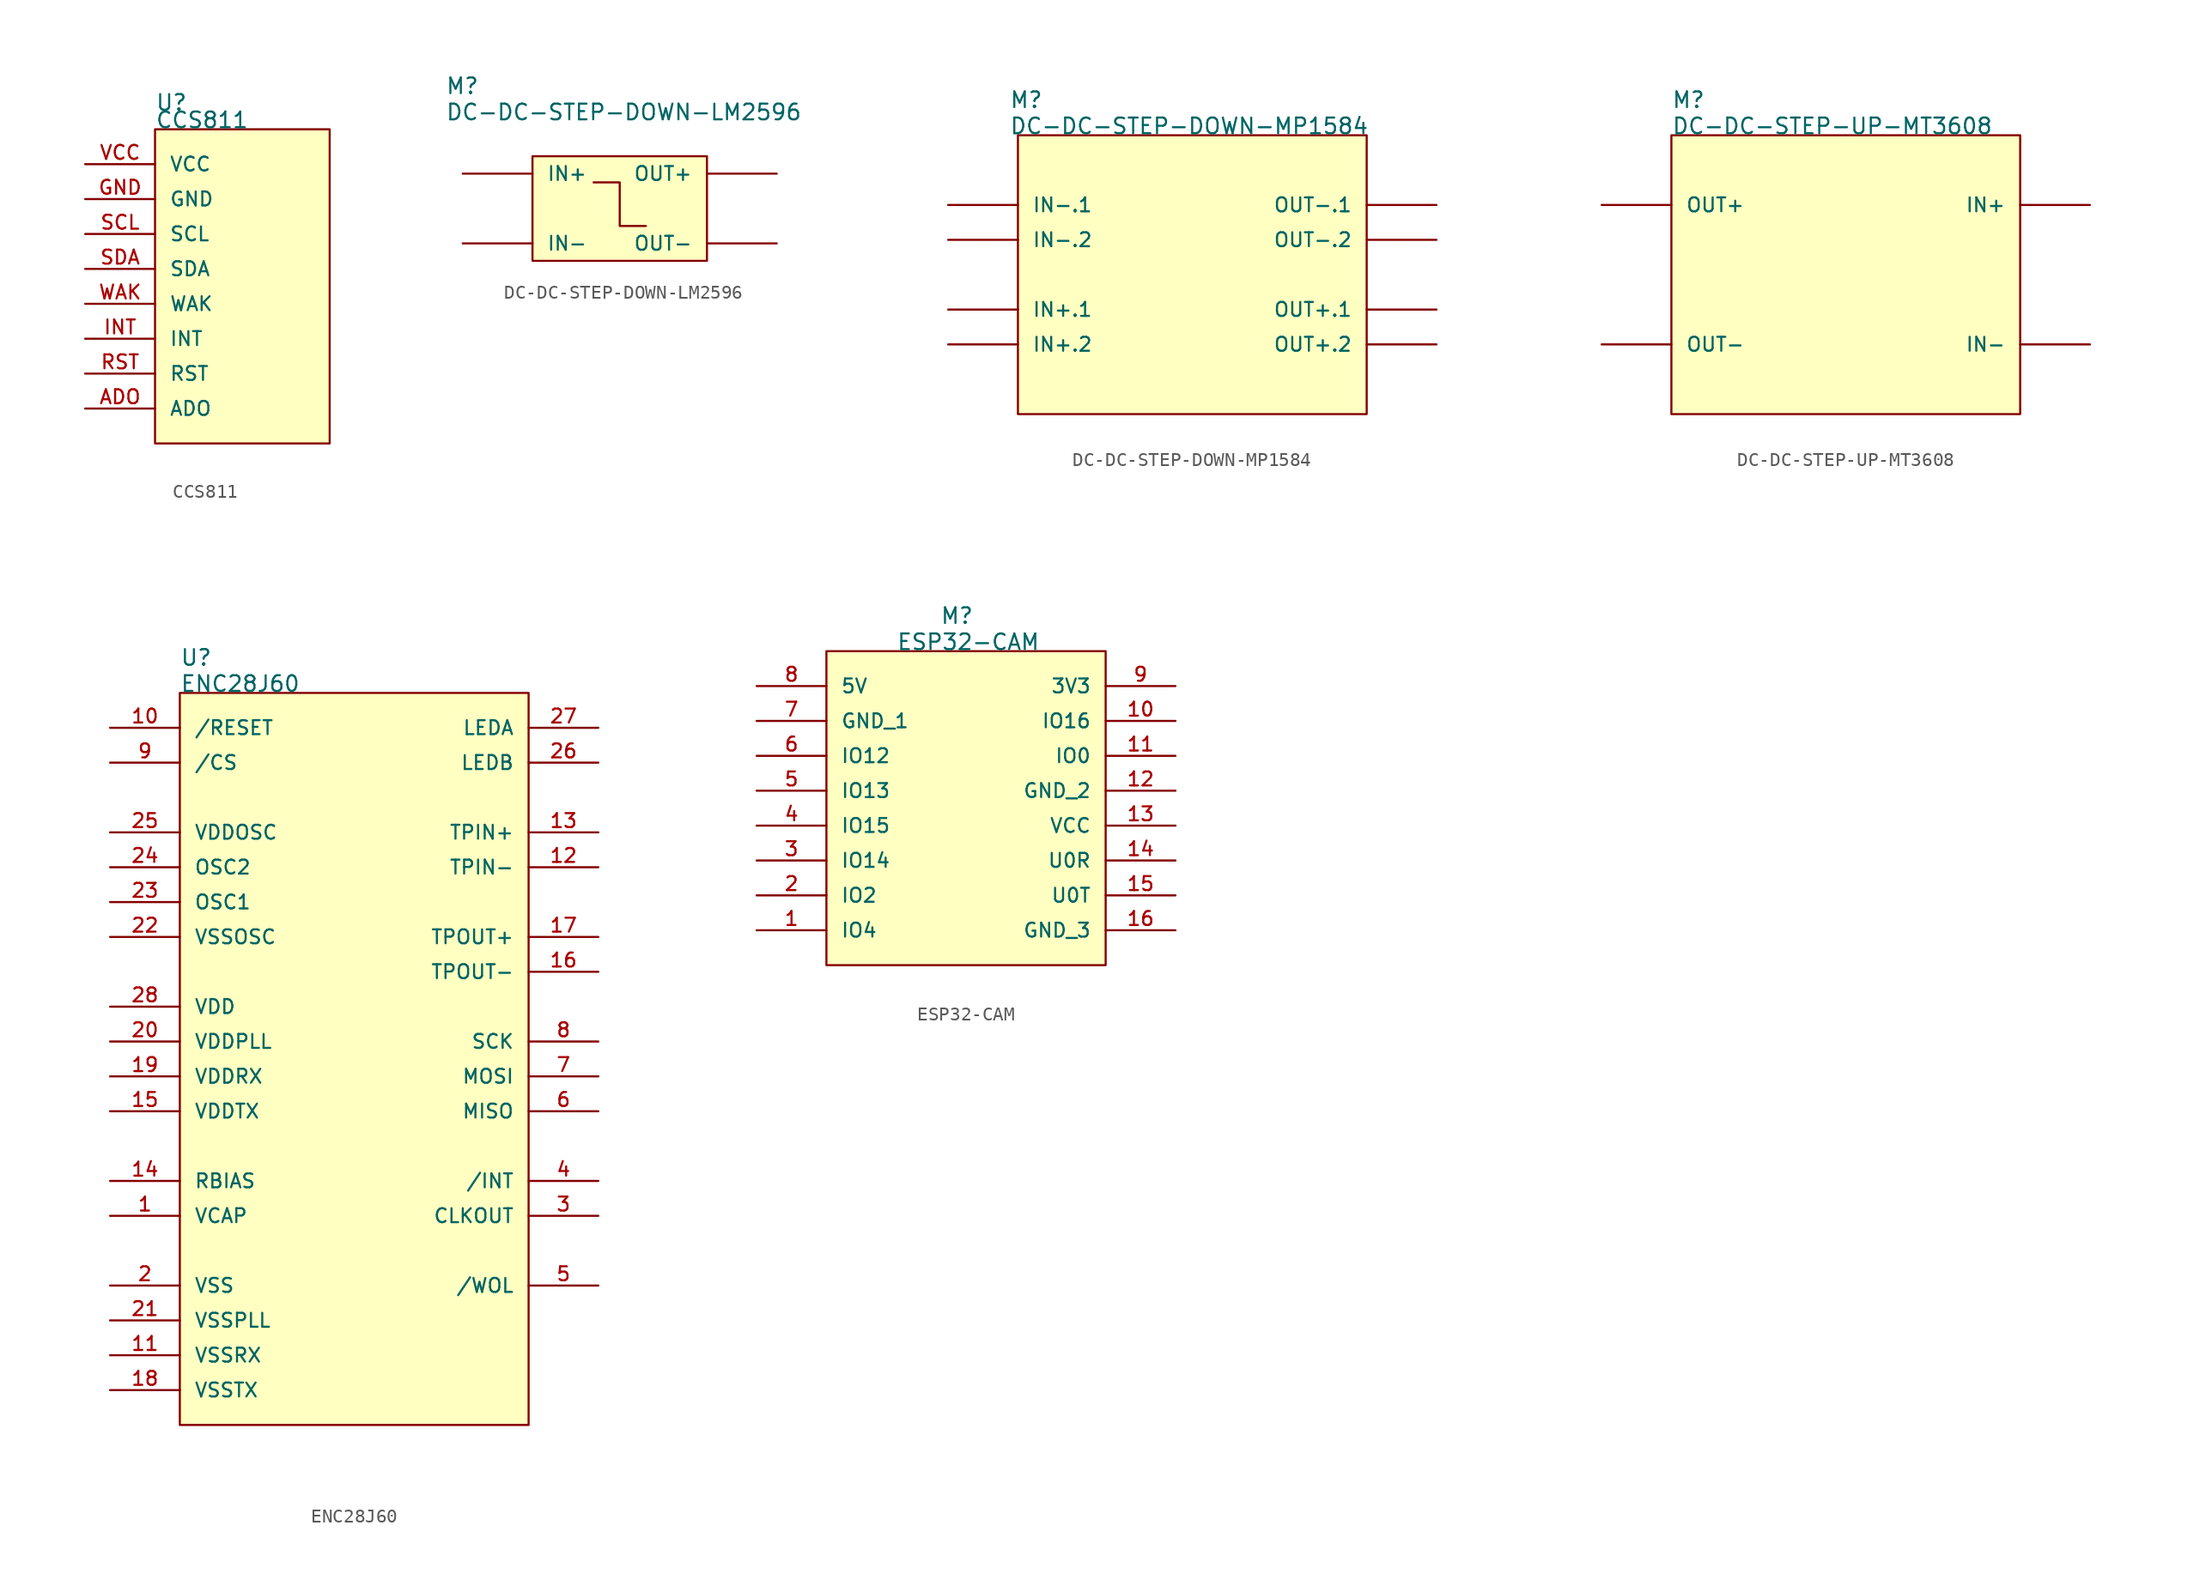
<source format=kicad_sym>
(kicad_symbol_lib
  (version 20231120)
  (generator "kicad_symbol_editor")
  (generator_version "8.0")
  (symbol "CCS811"
    (pin_names
      (offset 1.016))
    (property "Reference" "U"
      (at 0 11.43 0)
      (effects (font (size 1.143 1.143)) (justify left bottom)))
    (property "Value" "CCS811"
      (at 0 10.16 0)
      (effects (font (size 1.143 1.143)) (justify left bottom)))
    (property "ki_locked" ""
      (at 0 0 0)
      (effects (font (size 1.27 1.27))))
    (symbol "CCS811_1_1"
      (rectangle (start 0 10.16) (end 12.7 -12.7) (stroke (width 0) (type default)) (fill (type background)))
      (pin bidirectional line (at -5.08 -10.16 0) (length 5.08) (name "ADO" (effects (font (size 1.016 1.016)))) (number "ADO" (effects (font (size 1.016 1.016)))))
      (pin bidirectional line (at -5.08 5.08 0) (length 5.08) (name "GND" (effects (font (size 1.016 1.016)))) (number "GND" (effects (font (size 1.016 1.016)))))
      (pin bidirectional line (at -5.08 -5.08 0) (length 5.08) (name "INT" (effects (font (size 1.016 1.016)))) (number "INT" (effects (font (size 1.016 1.016)))))
      (pin bidirectional line (at -5.08 -7.62 0) (length 5.08) (name "RST" (effects (font (size 1.016 1.016)))) (number "RST" (effects (font (size 1.016 1.016)))))
      (pin bidirectional line (at -5.08 2.54 0) (length 5.08) (name "SCL" (effects (font (size 1.016 1.016)))) (number "SCL" (effects (font (size 1.016 1.016)))))
      (pin bidirectional line (at -5.08 0 0) (length 5.08) (name "SDA" (effects (font (size 1.016 1.016)))) (number "SDA" (effects (font (size 1.016 1.016)))))
      (pin bidirectional line (at -5.08 7.62 0) (length 5.08) (name "VCC" (effects (font (size 1.016 1.016)))) (number "VCC" (effects (font (size 1.016 1.016)))))
      (pin bidirectional line (at -5.08 -2.54 0) (length 5.08) (name "WAK" (effects (font (size 1.016 1.016)))) (number "WAK" (effects (font (size 1.016 1.016)))))))
  (symbol "DC-DC-STEP-DOWN-LM2596"
    (pin_numbers hide)
    (pin_names
      (offset 1.016))
    (property "Reference" "M"
      (at -12.7 8.255 0)
      (effects (font (size 1.143 1.143)) (justify left bottom)))
    (property "Value" "DC-DC-STEP-DOWN-LM2596"
      (at -12.7 6.35 0)
      (effects (font (size 1.143 1.143)) (justify left bottom)))
    (property "ADJ voltage" ""
      (at 0 0 0)
      (effects (font (size 1.27 1.27))))
    (symbol "DC-DC-STEP-DOWN-LM2596_1_1"
      (rectangle (start -6.35 3.81) (end 6.35 -3.81) (stroke (width 0) (type default)) (fill (type background)))
      (polyline (pts (xy -1.905 1.905) (xy 0 1.905) (xy 0 -1.27) (xy 1.905 -1.27)) (stroke (width 0) (type default)) (fill (type none)))
      (pin bidirectional line (at -11.43 2.54 0) (length 5.08) (name "IN+" (effects (font (size 1.016 1.016)))) (number "IN+" (effects (font (size 1.016 1.016)))))
      (pin bidirectional line (at -11.43 -2.54 0) (length 5.08) (name "IN-" (effects (font (size 1.016 1.016)))) (number "IN-" (effects (font (size 1.016 1.016)))))
      (pin bidirectional line (at 11.43 2.54 180) (length 5.08) (name "OUT+" (effects (font (size 1.016 1.016)))) (number "OUT+" (effects (font (size 1.016 1.016)))))
      (pin bidirectional line (at 11.43 -2.54 180) (length 5.08) (name "OUT-" (effects (font (size 1.016 1.016)))) (number "OUT-" (effects (font (size 1.016 1.016)))))))
  (symbol "DC-DC-STEP-DOWN-MP1584"
    (pin_numbers hide)
    (pin_names
      (offset 1.016))
    (property "Reference" "M"
      (at -13.335 12.065 0)
      (effects (font (size 1.143 1.143)) (justify left bottom)))
    (property "Value" "DC-DC-STEP-DOWN-MP1584"
      (at -13.335 10.16 0)
      (effects (font (size 1.143 1.143)) (justify left bottom)))
    (property "ki_locked" ""
      (at 0 0 0)
      (effects (font (size 1.27 1.27))))
    (symbol "DC-DC-STEP-DOWN-MP1584_1_0"
      (rectangle (start -12.7 10.16) (end 12.7 -10.16) (stroke (width 0) (type default)) (fill (type background))))
    (symbol "DC-DC-STEP-DOWN-MP1584_1_1"
      (pin bidirectional line (at -17.78 -2.54 0) (length 5.08) (name "IN+.1" (effects (font (size 1.016 1.016)))) (number "IN+.1" (effects (font (size 1.016 1.016)))))
      (pin bidirectional line (at -17.78 -5.08 0) (length 5.08) (name "IN+.2" (effects (font (size 1.016 1.016)))) (number "IN+.2" (effects (font (size 1.016 1.016)))))
      (pin bidirectional line (at -17.78 5.08 0) (length 5.08) (name "IN-.1" (effects (font (size 1.016 1.016)))) (number "IN-.1" (effects (font (size 1.016 1.016)))))
      (pin bidirectional line (at -17.78 2.54 0) (length 5.08) (name "IN-.2" (effects (font (size 1.016 1.016)))) (number "IN-.2" (effects (font (size 1.016 1.016)))))
      (pin bidirectional line (at 17.78 -2.54 180) (length 5.08) (name "OUT+.1" (effects (font (size 1.016 1.016)))) (number "OUT+.1" (effects (font (size 1.016 1.016)))))
      (pin bidirectional line (at 17.78 -5.08 180) (length 5.08) (name "OUT+.2" (effects (font (size 1.016 1.016)))) (number "OUT+.2" (effects (font (size 1.016 1.016)))))
      (pin bidirectional line (at 17.78 5.08 180) (length 5.08) (name "OUT-.1" (effects (font (size 1.016 1.016)))) (number "OUT-.1" (effects (font (size 1.016 1.016)))))
      (pin bidirectional line (at 17.78 2.54 180) (length 5.08) (name "OUT-.2" (effects (font (size 1.016 1.016)))) (number "OUT-.2" (effects (font (size 1.016 1.016)))))))
  (symbol "DC-DC-STEP-UP-MT3608"
    (pin_numbers hide)
    (pin_names
      (offset 1.016))
    (property "Reference" "M"
      (at -12.7 12.065 0)
      (effects (font (size 1.143 1.143)) (justify left bottom)))
    (property "Value" "DC-DC-STEP-UP-MT3608"
      (at -12.7 10.16 0)
      (effects (font (size 1.143 1.143)) (justify left bottom)))
    (property "ki_locked" ""
      (at 0 0 0)
      (effects (font (size 1.27 1.27))))
    (symbol "DC-DC-STEP-UP-MT3608_1_0"
      (rectangle (start -12.7 10.16) (end 12.7 -10.16) (stroke (width 0) (type default)) (fill (type background))))
    (symbol "DC-DC-STEP-UP-MT3608_1_1"
      (pin bidirectional line (at 17.78 5.08 180) (length 5.08) (name "IN+" (effects (font (size 1.016 1.016)))) (number "IN+" (effects (font (size 1.016 1.016)))))
      (pin bidirectional line (at 17.78 -5.08 180) (length 5.08) (name "IN-" (effects (font (size 1.016 1.016)))) (number "IN-" (effects (font (size 1.016 1.016)))))
      (pin bidirectional line (at -17.78 5.08 0) (length 5.08) (name "OUT+" (effects (font (size 1.016 1.016)))) (number "OUT+" (effects (font (size 1.016 1.016)))))
      (pin bidirectional line (at -17.78 -5.08 0) (length 5.08) (name "OUT-" (effects (font (size 1.016 1.016)))) (number "OUT-" (effects (font (size 1.016 1.016)))))))
  (symbol "ENC28J60"
    (pin_names
      (offset 1.016))
    (property "Reference" "U"
      (at -12.7 27.305 0)
      (effects (font (size 1.143 1.143)) (justify left bottom)))
    (property "Value" "ENC28J60"
      (at -12.7 25.4 0)
      (effects (font (size 1.143 1.143)) (justify left bottom)))
    (property "ki_locked" ""
      (at 0 0 0)
      (effects (font (size 1.27 1.27))))
    (symbol "ENC28J60_1_1"
      (rectangle (start -12.7 25.4) (end 12.7 -27.94) (stroke (width 0) (type default)) (fill (type background)))
      (pin bidirectional line (at -17.78 -12.7 0) (length 5.08) (name "VCAP" (effects (font (size 1.016 1.016)))) (number "1" (effects (font (size 1.016 1.016)))))
      (pin bidirectional line (at -17.78 22.86 0) (length 5.08) (name "/RESET" (effects (font (size 1.016 1.016)))) (number "10" (effects (font (size 1.016 1.016)))))
      (pin bidirectional line (at -17.78 -22.86 0) (length 5.08) (name "VSSRX" (effects (font (size 1.016 1.016)))) (number "11" (effects (font (size 1.016 1.016)))))
      (pin bidirectional line (at 17.78 12.7 180) (length 5.08) (name "TPIN-" (effects (font (size 1.016 1.016)))) (number "12" (effects (font (size 1.016 1.016)))))
      (pin bidirectional line (at 17.78 15.24 180) (length 5.08) (name "TPIN+" (effects (font (size 1.016 1.016)))) (number "13" (effects (font (size 1.016 1.016)))))
      (pin bidirectional line (at -17.78 -10.16 0) (length 5.08) (name "RBIAS" (effects (font (size 1.016 1.016)))) (number "14" (effects (font (size 1.016 1.016)))))
      (pin bidirectional line (at -17.78 -5.08 0) (length 5.08) (name "VDDTX" (effects (font (size 1.016 1.016)))) (number "15" (effects (font (size 1.016 1.016)))))
      (pin bidirectional line (at 17.78 5.08 180) (length 5.08) (name "TPOUT-" (effects (font (size 1.016 1.016)))) (number "16" (effects (font (size 1.016 1.016)))))
      (pin bidirectional line (at 17.78 7.62 180) (length 5.08) (name "TPOUT+" (effects (font (size 1.016 1.016)))) (number "17" (effects (font (size 1.016 1.016)))))
      (pin bidirectional line (at -17.78 -25.4 0) (length 5.08) (name "VSSTX" (effects (font (size 1.016 1.016)))) (number "18" (effects (font (size 1.016 1.016)))))
      (pin bidirectional line (at -17.78 -2.54 0) (length 5.08) (name "VDDRX" (effects (font (size 1.016 1.016)))) (number "19" (effects (font (size 1.016 1.016)))))
      (pin bidirectional line (at -17.78 -17.78 0) (length 5.08) (name "VSS" (effects (font (size 1.016 1.016)))) (number "2" (effects (font (size 1.016 1.016)))))
      (pin bidirectional line (at -17.78 0 0) (length 5.08) (name "VDDPLL" (effects (font (size 1.016 1.016)))) (number "20" (effects (font (size 1.016 1.016)))))
      (pin bidirectional line (at -17.78 -20.32 0) (length 5.08) (name "VSSPLL" (effects (font (size 1.016 1.016)))) (number "21" (effects (font (size 1.016 1.016)))))
      (pin bidirectional line (at -17.78 7.62 0) (length 5.08) (name "VSSOSC" (effects (font (size 1.016 1.016)))) (number "22" (effects (font (size 1.016 1.016)))))
      (pin bidirectional line (at -17.78 10.16 0) (length 5.08) (name "OSC1" (effects (font (size 1.016 1.016)))) (number "23" (effects (font (size 1.016 1.016)))))
      (pin bidirectional line (at -17.78 12.7 0) (length 5.08) (name "OSC2" (effects (font (size 1.016 1.016)))) (number "24" (effects (font (size 1.016 1.016)))))
      (pin bidirectional line (at -17.78 15.24 0) (length 5.08) (name "VDDOSC" (effects (font (size 1.016 1.016)))) (number "25" (effects (font (size 1.016 1.016)))))
      (pin bidirectional line (at 17.78 20.32 180) (length 5.08) (name "LEDB" (effects (font (size 1.016 1.016)))) (number "26" (effects (font (size 1.016 1.016)))))
      (pin bidirectional line (at 17.78 22.86 180) (length 5.08) (name "LEDA" (effects (font (size 1.016 1.016)))) (number "27" (effects (font (size 1.016 1.016)))))
      (pin bidirectional line (at -17.78 2.54 0) (length 5.08) (name "VDD" (effects (font (size 1.016 1.016)))) (number "28" (effects (font (size 1.016 1.016)))))
      (pin bidirectional line (at 17.78 -12.7 180) (length 5.08) (name "CLKOUT" (effects (font (size 1.016 1.016)))) (number "3" (effects (font (size 1.016 1.016)))))
      (pin bidirectional line (at 17.78 -10.16 180) (length 5.08) (name "/INT" (effects (font (size 1.016 1.016)))) (number "4" (effects (font (size 1.016 1.016)))))
      (pin bidirectional line (at 17.78 -17.78 180) (length 5.08) (name "/WOL" (effects (font (size 1.016 1.016)))) (number "5" (effects (font (size 1.016 1.016)))))
      (pin bidirectional line (at 17.78 -5.08 180) (length 5.08) (name "MISO" (effects (font (size 1.016 1.016)))) (number "6" (effects (font (size 1.016 1.016)))))
      (pin bidirectional line (at 17.78 -2.54 180) (length 5.08) (name "MOSI" (effects (font (size 1.016 1.016)))) (number "7" (effects (font (size 1.016 1.016)))))
      (pin bidirectional line (at 17.78 0 180) (length 5.08) (name "SCK" (effects (font (size 1.016 1.016)))) (number "8" (effects (font (size 1.016 1.016)))))
      (pin bidirectional line (at -17.78 20.32 0) (length 5.08) (name "/CS" (effects (font (size 1.016 1.016)))) (number "9" (effects (font (size 1.016 1.016)))))))
  (symbol "ESP32-CAM"
    (pin_names
      (offset 1.016))
    (property "Reference" "M"
      (at -1.905 13.335 0)
      (effects (font (size 1.143 1.143)) (justify left bottom)))
    (property "Value" "ESP32-CAM"
      (at -5.08 11.43 0)
      (effects (font (size 1.143 1.143)) (justify left bottom)))
    (property "ki_locked" ""
      (at 0 0 0)
      (effects (font (size 1.27 1.27))))
    (symbol "ESP32-CAM_1_1"
      (rectangle (start -10.16 11.43) (end 10.16 -11.43) (stroke (width 0) (type default)) (fill (type background)))
      (pin bidirectional line (at -15.24 -8.89 0) (length 5.08) (name "IO4" (effects (font (size 1.016 1.016)))) (number "1" (effects (font (size 1.016 1.016)))))
      (pin bidirectional line (at 15.24 6.35 180) (length 5.08) (name "IO16" (effects (font (size 1.016 1.016)))) (number "10" (effects (font (size 1.016 1.016)))))
      (pin bidirectional line (at 15.24 3.81 180) (length 5.08) (name "IO0" (effects (font (size 1.016 1.016)))) (number "11" (effects (font (size 1.016 1.016)))))
      (pin bidirectional line (at 15.24 1.27 180) (length 5.08) (name "GND_2" (effects (font (size 1.016 1.016)))) (number "12" (effects (font (size 1.016 1.016)))))
      (pin bidirectional line (at 15.24 -1.27 180) (length 5.08) (name "VCC" (effects (font (size 1.016 1.016)))) (number "13" (effects (font (size 1.016 1.016)))))
      (pin bidirectional line (at 15.24 -3.81 180) (length 5.08) (name "U0R" (effects (font (size 1.016 1.016)))) (number "14" (effects (font (size 1.016 1.016)))))
      (pin bidirectional line (at 15.24 -6.35 180) (length 5.08) (name "U0T" (effects (font (size 1.016 1.016)))) (number "15" (effects (font (size 1.016 1.016)))))
      (pin bidirectional line (at 15.24 -8.89 180) (length 5.08) (name "GND_3" (effects (font (size 1.016 1.016)))) (number "16" (effects (font (size 1.016 1.016)))))
      (pin bidirectional line (at -15.24 -6.35 0) (length 5.08) (name "IO2" (effects (font (size 1.016 1.016)))) (number "2" (effects (font (size 1.016 1.016)))))
      (pin bidirectional line (at -15.24 -3.81 0) (length 5.08) (name "IO14" (effects (font (size 1.016 1.016)))) (number "3" (effects (font (size 1.016 1.016)))))
      (pin bidirectional line (at -15.24 -1.27 0) (length 5.08) (name "IO15" (effects (font (size 1.016 1.016)))) (number "4" (effects (font (size 1.016 1.016)))))
      (pin bidirectional line (at -15.24 1.27 0) (length 5.08) (name "IO13" (effects (font (size 1.016 1.016)))) (number "5" (effects (font (size 1.016 1.016)))))
      (pin bidirectional line (at -15.24 3.81 0) (length 5.08) (name "IO12" (effects (font (size 1.016 1.016)))) (number "6" (effects (font (size 1.016 1.016)))))
      (pin bidirectional line (at -15.24 6.35 0) (length 5.08) (name "GND_1" (effects (font (size 1.016 1.016)))) (number "7" (effects (font (size 1.016 1.016)))))
      (pin bidirectional line (at -15.24 8.89 0) (length 5.08) (name "5V" (effects (font (size 1.016 1.016)))) (number "8" (effects (font (size 1.016 1.016)))))
      (pin bidirectional line (at 15.24 8.89 180) (length 5.08) (name "3V3" (effects (font (size 1.016 1.016)))) (number "9" (effects (font (size 1.016 1.016))))))))
</source>
